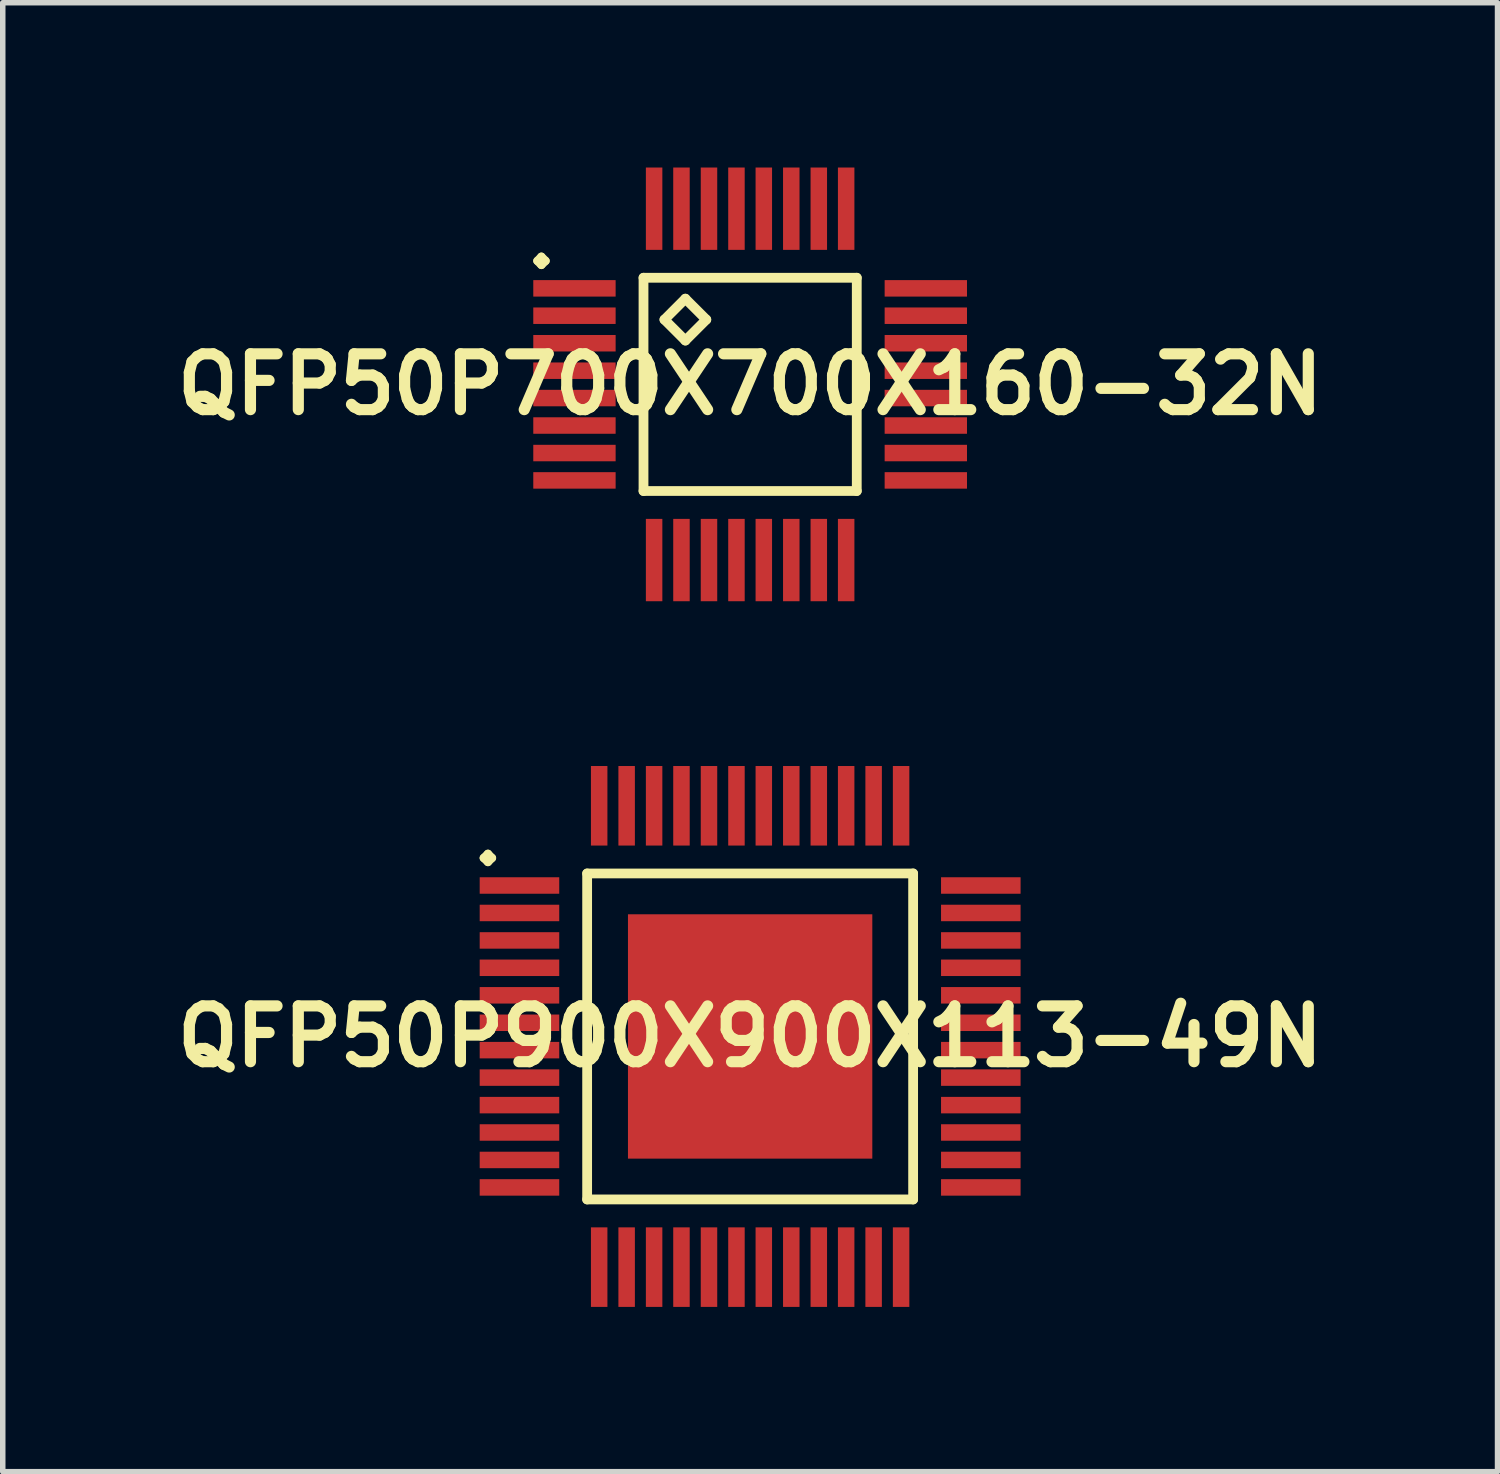
<source format=kicad_pcb>
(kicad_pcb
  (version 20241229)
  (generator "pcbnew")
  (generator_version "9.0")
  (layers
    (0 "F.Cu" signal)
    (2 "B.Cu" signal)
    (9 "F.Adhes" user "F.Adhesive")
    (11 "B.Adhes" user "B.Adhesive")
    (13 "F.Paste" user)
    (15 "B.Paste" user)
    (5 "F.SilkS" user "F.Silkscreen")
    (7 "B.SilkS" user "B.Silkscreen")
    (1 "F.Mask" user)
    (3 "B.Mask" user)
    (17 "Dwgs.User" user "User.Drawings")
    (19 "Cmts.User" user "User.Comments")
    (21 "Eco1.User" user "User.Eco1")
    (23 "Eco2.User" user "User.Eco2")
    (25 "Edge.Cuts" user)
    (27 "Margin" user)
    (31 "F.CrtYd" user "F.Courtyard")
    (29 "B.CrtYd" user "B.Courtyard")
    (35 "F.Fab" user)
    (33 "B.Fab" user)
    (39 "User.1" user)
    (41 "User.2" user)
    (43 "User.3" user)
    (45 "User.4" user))
  (footprint "QFP50P700X700X160-32N"
    (layer "F.Cu")
    (at 10.605 3.947)
    (property "Reference" "QFP50P700X700X160-32N" (at 0 0 0) (layer "F.SilkS") (effects (font (size 1.016 1.016) (thickness 0.203))))
    (attr smd)
    (fp_line (start -3.873 -2.248) (end -3.8 -2.324) (stroke (width 0.15) (type solid)) (layer "F.SilkS"))
    (fp_line (start -3.8 -2.324) (end -3.724 -2.248) (stroke (width 0.15) (type solid)) (layer "F.SilkS"))
    (fp_line (start -3.8 -2.174) (end -3.873 -2.248) (stroke (width 0.15) (type solid)) (layer "F.SilkS"))
    (fp_line (start -3.724 -2.248) (end -3.8 -2.174) (stroke (width 0.15) (type solid)) (layer "F.SilkS"))
    (fp_line (start -1.941 -1.941) (end -1.941 1.941) (stroke (width 0.178) (type solid)) (layer "F.SilkS"))
    (fp_line (start -1.941 1.941) (end 1.941 1.941) (stroke (width 0.178) (type solid)) (layer "F.SilkS"))
    (fp_line (start -1.56 -1.179) (end -1.179 -1.56) (stroke (width 0.178) (type solid)) (layer "F.SilkS"))
    (fp_line (start -1.179 -1.56) (end -0.798 -1.179) (stroke (width 0.178) (type solid)) (layer "F.SilkS"))
    (fp_line (start -1.179 -0.798) (end -1.56 -1.179) (stroke (width 0.178) (type solid)) (layer "F.SilkS"))
    (fp_line (start -0.798 -1.179) (end -1.179 -0.798) (stroke (width 0.178) (type solid)) (layer "F.SilkS"))
    (fp_line (start 1.941 -1.941) (end -1.941 -1.941) (stroke (width 0.178) (type solid)) (layer "F.SilkS"))
    (fp_line (start 1.941 1.941) (end 1.941 -1.941) (stroke (width 0.178) (type solid)) (layer "F.SilkS"))
    (pad "1" smd rect (at -3.198 -1.748) (size 1.499 0.3) (layers "F.Cu" "F.Mask" "F.Paste"))
    (pad "2" smd rect (at -3.198 -1.25) (size 1.499 0.3) (layers "F.Cu" "F.Mask" "F.Paste"))
    (pad "3" smd rect (at -3.198 -0.749) (size 1.499 0.3) (layers "F.Cu" "F.Mask" "F.Paste"))
    (pad "4" smd rect (at -3.198 -0.249) (size 1.499 0.3) (layers "F.Cu" "F.Mask" "F.Paste"))
    (pad "5" smd rect (at -3.198 0.249) (size 1.499 0.3) (layers "F.Cu" "F.Mask" "F.Paste"))
    (pad "6" smd rect (at -3.198 0.749) (size 1.499 0.3) (layers "F.Cu" "F.Mask" "F.Paste"))
    (pad "7" smd rect (at -3.198 1.25) (size 1.499 0.3) (layers "F.Cu" "F.Mask" "F.Paste"))
    (pad "8" smd rect (at -3.198 1.748) (size 1.499 0.3) (layers "F.Cu" "F.Mask" "F.Paste"))
    (pad "9" smd rect (at -1.748 3.198) (size 0.3 1.499) (layers "F.Cu" "F.Mask" "F.Paste"))
    (pad "10" smd rect (at -1.25 3.198) (size 0.3 1.499) (layers "F.Cu" "F.Mask" "F.Paste"))
    (pad "11" smd rect (at -0.749 3.198) (size 0.3 1.499) (layers "F.Cu" "F.Mask" "F.Paste"))
    (pad "12" smd rect (at -0.249 3.198) (size 0.3 1.499) (layers "F.Cu" "F.Mask" "F.Paste"))
    (pad "13" smd rect (at 0.249 3.198) (size 0.3 1.499) (layers "F.Cu" "F.Mask" "F.Paste"))
    (pad "14" smd rect (at 0.749 3.198) (size 0.3 1.499) (layers "F.Cu" "F.Mask" "F.Paste"))
    (pad "15" smd rect (at 1.25 3.198) (size 0.3 1.499) (layers "F.Cu" "F.Mask" "F.Paste"))
    (pad "16" smd rect (at 1.748 3.198) (size 0.3 1.499) (layers "F.Cu" "F.Mask" "F.Paste"))
    (pad "17" smd rect (at 3.198 1.748) (size 1.499 0.3) (layers "F.Cu" "F.Mask" "F.Paste"))
    (pad "18" smd rect (at 3.198 1.25) (size 1.499 0.3) (layers "F.Cu" "F.Mask" "F.Paste"))
    (pad "19" smd rect (at 3.198 0.749) (size 1.499 0.3) (layers "F.Cu" "F.Mask" "F.Paste"))
    (pad "20" smd rect (at 3.198 0.249) (size 1.499 0.3) (layers "F.Cu" "F.Mask" "F.Paste"))
    (pad "21" smd rect (at 3.198 -0.249) (size 1.499 0.3) (layers "F.Cu" "F.Mask" "F.Paste"))
    (pad "22" smd rect (at 3.198 -0.749) (size 1.499 0.3) (layers "F.Cu" "F.Mask" "F.Paste"))
    (pad "23" smd rect (at 3.198 -1.25) (size 1.499 0.3) (layers "F.Cu" "F.Mask" "F.Paste"))
    (pad "24" smd rect (at 3.198 -1.748) (size 1.499 0.3) (layers "F.Cu" "F.Mask" "F.Paste"))
    (pad "25" smd rect (at 1.748 -3.198) (size 0.3 1.499) (layers "F.Cu" "F.Mask" "F.Paste"))
    (pad "26" smd rect (at 1.25 -3.198) (size 0.3 1.499) (layers "F.Cu" "F.Mask" "F.Paste"))
    (pad "27" smd rect (at 0.749 -3.198) (size 0.3 1.499) (layers "F.Cu" "F.Mask" "F.Paste"))
    (pad "28" smd rect (at 0.249 -3.198) (size 0.3 1.499) (layers "F.Cu" "F.Mask" "F.Paste"))
    (pad "29" smd rect (at -0.249 -3.198) (size 0.3 1.499) (layers "F.Cu" "F.Mask" "F.Paste"))
    (pad "30" smd rect (at -0.749 -3.198) (size 0.3 1.499) (layers "F.Cu" "F.Mask" "F.Paste"))
    (pad "31" smd rect (at -1.25 -3.198) (size 0.3 1.499) (layers "F.Cu" "F.Mask" "F.Paste"))
    (pad "32" smd rect (at -1.748 -3.198) (size 0.3 1.499) (layers "F.Cu" "F.Mask" "F.Paste")))
  (footprint "QFP50P900X900X113-49N"
    (layer "F.Cu")
    (at 10.605 15.817)
    (property "Reference" "QFP50P900X900X113-49N" (at 0 0 0) (layer "F.SilkS") (effects (font (size 1.016 1.016) (thickness 0.203))))
    (attr smd)
    (fp_line (start -4.849 -3.249) (end -4.773 -3.325) (stroke (width 0.15) (type solid)) (layer "F.SilkS"))
    (fp_line (start -4.773 -3.325) (end -4.699 -3.249) (stroke (width 0.15) (type solid)) (layer "F.SilkS"))
    (fp_line (start -4.773 -3.175) (end -4.849 -3.249) (stroke (width 0.15) (type solid)) (layer "F.SilkS"))
    (fp_line (start -4.699 -3.249) (end -4.773 -3.175) (stroke (width 0.15) (type solid)) (layer "F.SilkS"))
    (fp_line (start -2.967 -2.967) (end -2.967 2.967) (stroke (width 0.178) (type solid)) (layer "F.SilkS"))
    (fp_line (start -2.967 2.967) (end 2.967 2.967) (stroke (width 0.178) (type solid)) (layer "F.SilkS"))
    (fp_line (start 2.967 -2.967) (end -2.967 -2.967) (stroke (width 0.178) (type solid)) (layer "F.SilkS"))
    (fp_line (start 2.967 2.967) (end 2.967 -2.967) (stroke (width 0.178) (type solid)) (layer "F.SilkS"))
    (pad "1" smd rect (at -4.199 -2.748) (size 1.448 0.3) (layers "F.Cu" "F.Mask" "F.Paste"))
    (pad "2" smd rect (at -4.199 -2.248) (size 1.448 0.3) (layers "F.Cu" "F.Mask" "F.Paste"))
    (pad "3" smd rect (at -4.199 -1.748) (size 1.448 0.3) (layers "F.Cu" "F.Mask" "F.Paste"))
    (pad "4" smd rect (at -4.199 -1.25) (size 1.448 0.3) (layers "F.Cu" "F.Mask" "F.Paste"))
    (pad "5" smd rect (at -4.199 -0.749) (size 1.448 0.3) (layers "F.Cu" "F.Mask" "F.Paste"))
    (pad "6" smd rect (at -4.199 -0.249) (size 1.448 0.3) (layers "F.Cu" "F.Mask" "F.Paste"))
    (pad "7" smd rect (at -4.199 0.249) (size 1.448 0.3) (layers "F.Cu" "F.Mask" "F.Paste"))
    (pad "8" smd rect (at -4.199 0.749) (size 1.448 0.3) (layers "F.Cu" "F.Mask" "F.Paste"))
    (pad "9" smd rect (at -4.199 1.25) (size 1.448 0.3) (layers "F.Cu" "F.Mask" "F.Paste"))
    (pad "10" smd rect (at -4.199 1.748) (size 1.448 0.3) (layers "F.Cu" "F.Mask" "F.Paste"))
    (pad "11" smd rect (at -4.199 2.248) (size 1.448 0.3) (layers "F.Cu" "F.Mask" "F.Paste"))
    (pad "12" smd rect (at -4.199 2.748) (size 1.448 0.3) (layers "F.Cu" "F.Mask" "F.Paste"))
    (pad "13" smd rect (at -2.748 4.199) (size 0.3 1.448) (layers "F.Cu" "F.Mask" "F.Paste"))
    (pad "14" smd rect (at -2.248 4.199) (size 0.3 1.448) (layers "F.Cu" "F.Mask" "F.Paste"))
    (pad "15" smd rect (at -1.748 4.199) (size 0.3 1.448) (layers "F.Cu" "F.Mask" "F.Paste"))
    (pad "16" smd rect (at -1.25 4.199) (size 0.3 1.448) (layers "F.Cu" "F.Mask" "F.Paste"))
    (pad "17" smd rect (at -0.749 4.199) (size 0.3 1.448) (layers "F.Cu" "F.Mask" "F.Paste"))
    (pad "18" smd rect (at -0.249 4.199) (size 0.3 1.448) (layers "F.Cu" "F.Mask" "F.Paste"))
    (pad "19" smd rect (at 0.249 4.199) (size 0.3 1.448) (layers "F.Cu" "F.Mask" "F.Paste"))
    (pad "20" smd rect (at 0.749 4.199) (size 0.3 1.448) (layers "F.Cu" "F.Mask" "F.Paste"))
    (pad "21" smd rect (at 1.25 4.199) (size 0.3 1.448) (layers "F.Cu" "F.Mask" "F.Paste"))
    (pad "22" smd rect (at 1.748 4.199) (size 0.3 1.448) (layers "F.Cu" "F.Mask" "F.Paste"))
    (pad "23" smd rect (at 2.248 4.199) (size 0.3 1.448) (layers "F.Cu" "F.Mask" "F.Paste"))
    (pad "24" smd rect (at 2.748 4.199) (size 0.3 1.448) (layers "F.Cu" "F.Mask" "F.Paste"))
    (pad "25" smd rect (at 4.199 2.748) (size 1.448 0.3) (layers "F.Cu" "F.Mask" "F.Paste"))
    (pad "26" smd rect (at 4.199 2.248) (size 1.448 0.3) (layers "F.Cu" "F.Mask" "F.Paste"))
    (pad "27" smd rect (at 4.199 1.748) (size 1.448 0.3) (layers "F.Cu" "F.Mask" "F.Paste"))
    (pad "28" smd rect (at 4.199 1.25) (size 1.448 0.3) (layers "F.Cu" "F.Mask" "F.Paste"))
    (pad "29" smd rect (at 4.199 0.749) (size 1.448 0.3) (layers "F.Cu" "F.Mask" "F.Paste"))
    (pad "30" smd rect (at 4.199 0.249) (size 1.448 0.3) (layers "F.Cu" "F.Mask" "F.Paste"))
    (pad "31" smd rect (at 4.199 -0.249) (size 1.448 0.3) (layers "F.Cu" "F.Mask" "F.Paste"))
    (pad "32" smd rect (at 4.199 -0.749) (size 1.448 0.3) (layers "F.Cu" "F.Mask" "F.Paste"))
    (pad "33" smd rect (at 4.199 -1.25) (size 1.448 0.3) (layers "F.Cu" "F.Mask" "F.Paste"))
    (pad "34" smd rect (at 4.199 -1.748) (size 1.448 0.3) (layers "F.Cu" "F.Mask" "F.Paste"))
    (pad "35" smd rect (at 4.199 -2.248) (size 1.448 0.3) (layers "F.Cu" "F.Mask" "F.Paste"))
    (pad "36" smd rect (at 4.199 -2.748) (size 1.448 0.3) (layers "F.Cu" "F.Mask" "F.Paste"))
    (pad "37" smd rect (at 2.748 -4.199) (size 0.3 1.448) (layers "F.Cu" "F.Mask" "F.Paste"))
    (pad "38" smd rect (at 2.248 -4.199) (size 0.3 1.448) (layers "F.Cu" "F.Mask" "F.Paste"))
    (pad "39" smd rect (at 1.748 -4.199) (size 0.3 1.448) (layers "F.Cu" "F.Mask" "F.Paste"))
    (pad "40" smd rect (at 1.25 -4.199) (size 0.3 1.448) (layers "F.Cu" "F.Mask" "F.Paste"))
    (pad "41" smd rect (at 0.749 -4.199) (size 0.3 1.448) (layers "F.Cu" "F.Mask" "F.Paste"))
    (pad "42" smd rect (at 0.249 -4.199) (size 0.3 1.448) (layers "F.Cu" "F.Mask" "F.Paste"))
    (pad "43" smd rect (at -0.249 -4.199) (size 0.3 1.448) (layers "F.Cu" "F.Mask" "F.Paste"))
    (pad "44" smd rect (at -0.749 -4.199) (size 0.3 1.448) (layers "F.Cu" "F.Mask" "F.Paste"))
    (pad "45" smd rect (at -1.25 -4.199) (size 0.3 1.448) (layers "F.Cu" "F.Mask" "F.Paste"))
    (pad "46" smd rect (at -1.748 -4.199) (size 0.3 1.448) (layers "F.Cu" "F.Mask" "F.Paste"))
    (pad "47" smd rect (at -2.248 -4.199) (size 0.3 1.448) (layers "F.Cu" "F.Mask" "F.Paste"))
    (pad "48" smd rect (at -2.748 -4.199) (size 0.3 1.448) (layers "F.Cu" "F.Mask" "F.Paste"))
    (pad "49" smd rect (at 0 0) (size 4.448 4.448) (layers "F.Cu" "F.Mask" "F.Paste")))
  (gr_rect
    (start -3 -3)
    (end 24.21 23.739)
    (stroke (width 0.1) (type default))
    (fill no)
    (layer "Edge.Cuts")))
</source>
